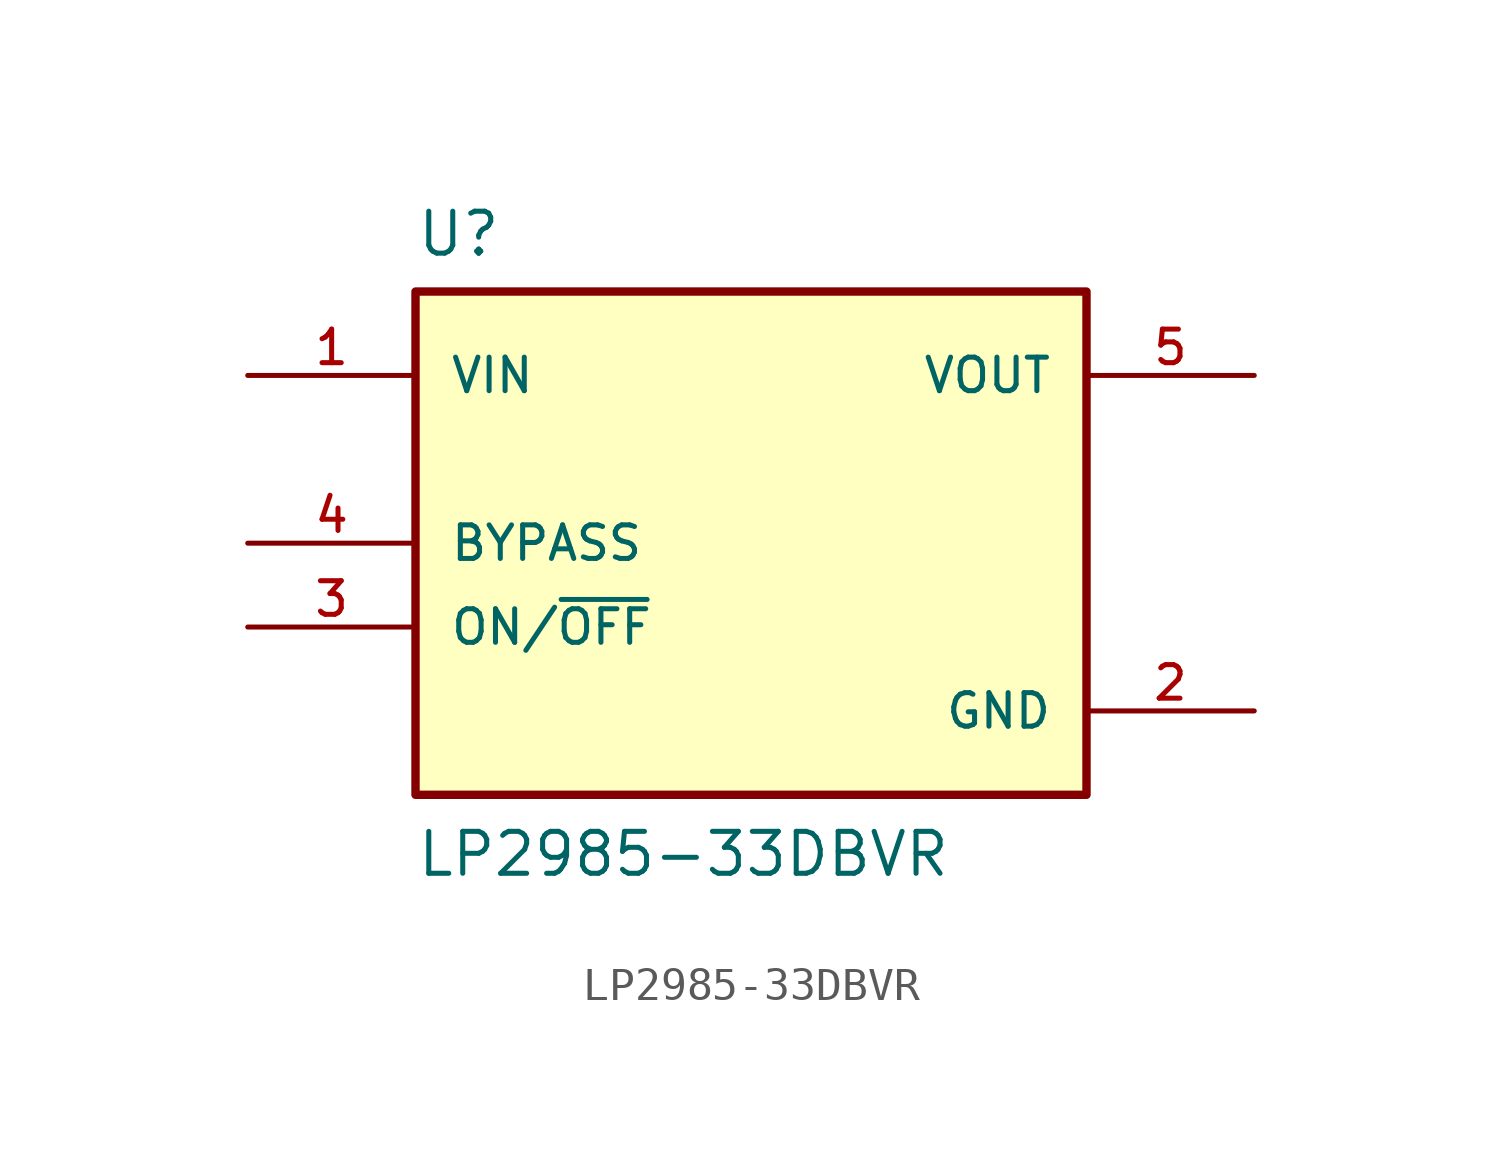
<source format=kicad_sym>
(kicad_symbol_lib
  (version 20211014)
  (generator kicad_symbol_editor)
  (symbol "LP2985-33DBVR"
    (pin_names
      (offset 1.016))
    (property "Reference" "U"
      (at -10.16 8.62 0.0)
      (effects (font (size 1.27 1.27)) (justify bottom left)))
    (property "Value" "LP2985-33DBVR"
      (at -10.16 -10.16 0.0)
      (effects (font (size 1.27 1.27)) (justify bottom left)))
    (symbol "LP2985-33DBVR_0_0"
      (rectangle (start -10.16 -7.62) (end 10.16 7.62) (stroke (width 0.254)) (fill (type background)))
      (pin input line (at -15.24 -2.54 0) (length 5.08) (name "ON/~{OFF}" (effects (font (size 1.016 1.016)))) (number "3" (effects (font (size 1.016 1.016)))))
      (pin input line (at -15.24 5.08 0) (length 5.08) (name "VIN" (effects (font (size 1.016 1.016)))) (number "1" (effects (font (size 1.016 1.016)))))
      (pin bidirectional line (at -15.24 0.0 0) (length 5.08) (name "BYPASS" (effects (font (size 1.016 1.016)))) (number "4" (effects (font (size 1.016 1.016)))))
      (pin output line (at 15.24 5.08 180.0) (length 5.08) (name "VOUT" (effects (font (size 1.016 1.016)))) (number "5" (effects (font (size 1.016 1.016)))))
      (pin power_in line (at 15.24 -5.08 180.0) (length 5.08) (name "GND" (effects (font (size 1.016 1.016)))) (number "2" (effects (font (size 1.016 1.016))))))))
</source>
